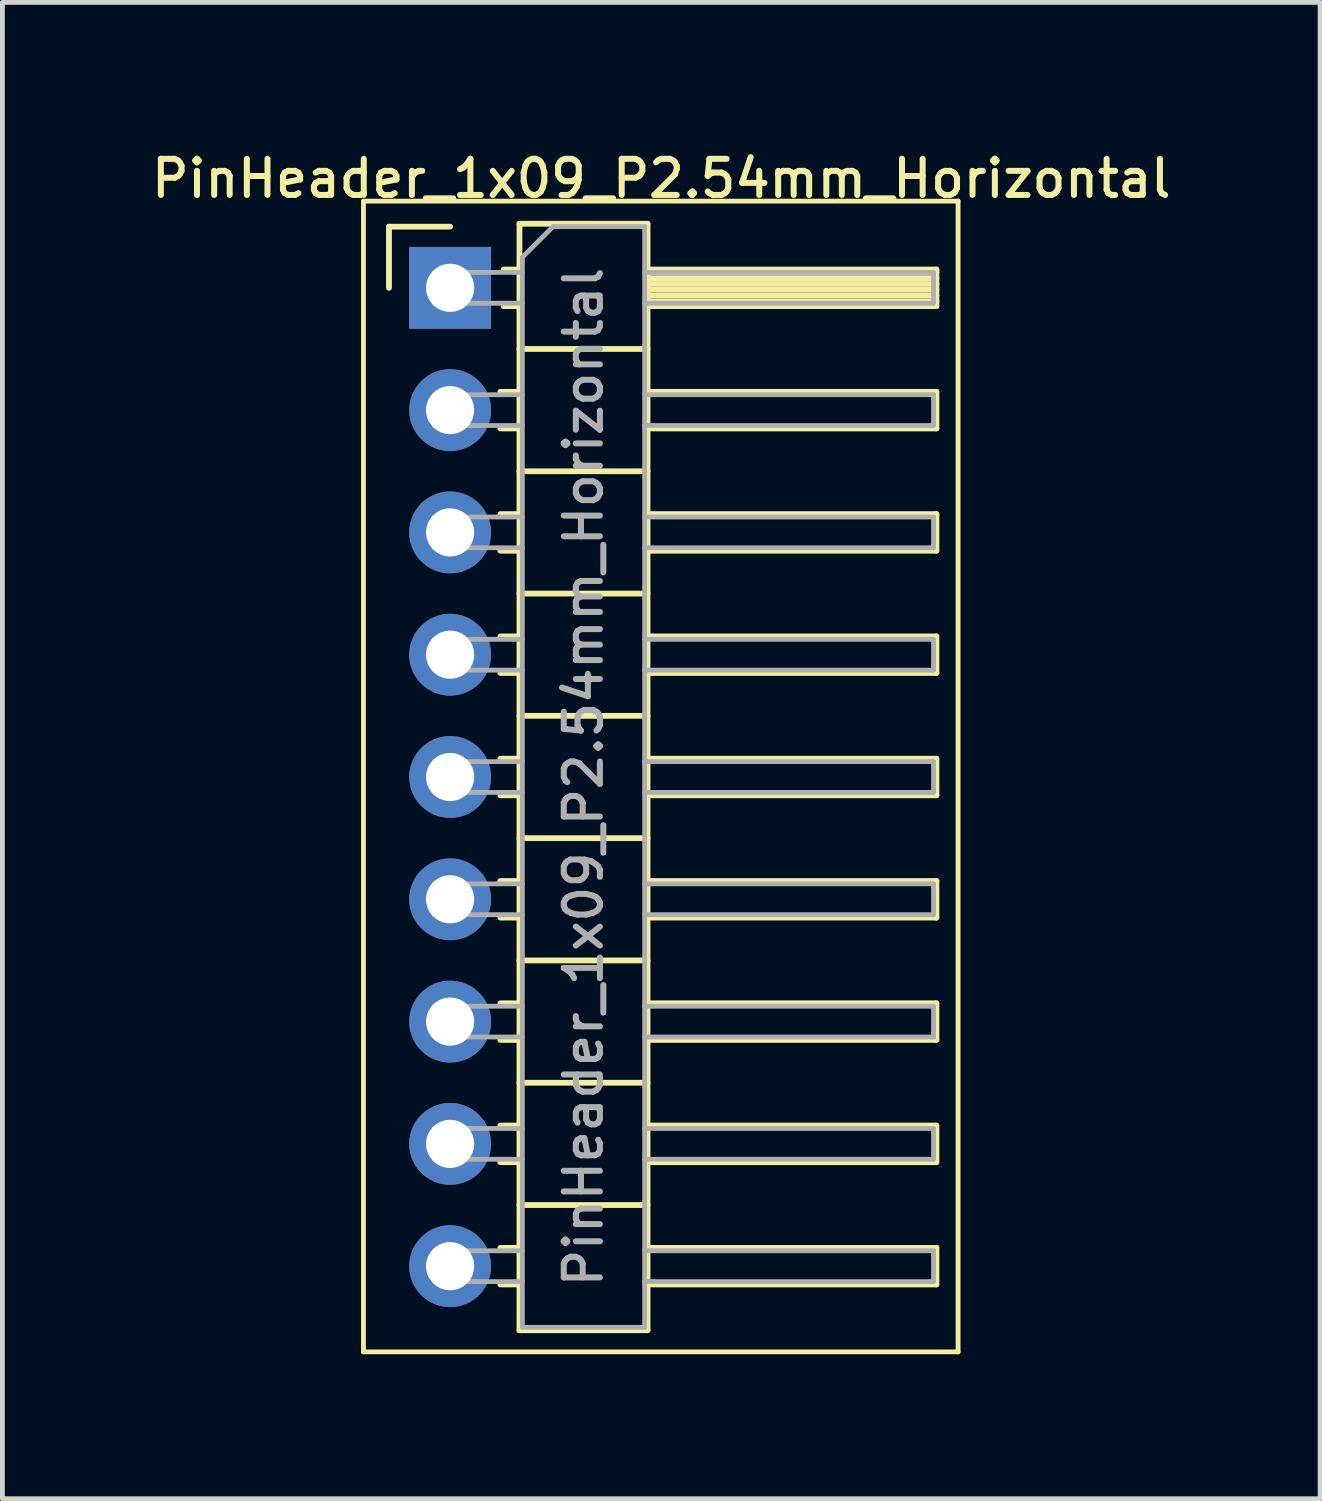
<source format=kicad_pcb>
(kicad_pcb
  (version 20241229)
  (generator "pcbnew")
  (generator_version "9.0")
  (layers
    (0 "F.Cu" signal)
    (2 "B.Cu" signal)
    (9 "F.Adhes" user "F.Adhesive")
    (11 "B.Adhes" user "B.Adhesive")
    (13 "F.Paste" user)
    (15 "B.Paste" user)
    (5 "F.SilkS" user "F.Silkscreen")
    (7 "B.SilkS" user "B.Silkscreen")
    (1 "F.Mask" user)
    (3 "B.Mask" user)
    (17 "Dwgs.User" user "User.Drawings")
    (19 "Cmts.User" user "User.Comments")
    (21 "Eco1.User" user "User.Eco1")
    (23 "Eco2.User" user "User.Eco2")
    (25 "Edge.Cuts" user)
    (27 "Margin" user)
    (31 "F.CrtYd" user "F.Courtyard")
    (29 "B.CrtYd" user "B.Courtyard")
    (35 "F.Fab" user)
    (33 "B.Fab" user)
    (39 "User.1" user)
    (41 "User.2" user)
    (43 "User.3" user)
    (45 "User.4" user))
  (footprint "PinHeader_1x09_P2.54mm_Horizontal"
    (layer "F.Cu")
    (at 6.299 2.928)
    (property "Reference" "PinHeader_1x09_P2.54mm_Horizontal" (at 4.385 -2.27 0) (layer "F.SilkS") (effects (font (size 0.75 0.75) (thickness 0.125))))
    (attr through_hole)
    (fp_line (start -1.8 -1.8) (end -1.8 22.1) (stroke (width 0.1) (type solid)) (layer "F.SilkS"))
    (fp_line (start -1.8 22.1) (end 10.55 22.1) (stroke (width 0.1) (type solid)) (layer "F.SilkS"))
    (fp_line (start -1.27 -1.27) (end 0 -1.27) (stroke (width 0.12) (type solid)) (layer "F.SilkS"))
    (fp_line (start -1.27 0) (end -1.27 -1.27) (stroke (width 0.12) (type solid)) (layer "F.SilkS"))
    (fp_line (start 1.043 2.16) (end 1.44 2.16) (stroke (width 0.12) (type solid)) (layer "F.SilkS"))
    (fp_line (start 1.043 2.92) (end 1.44 2.92) (stroke (width 0.12) (type solid)) (layer "F.SilkS"))
    (fp_line (start 1.043 4.7) (end 1.44 4.7) (stroke (width 0.12) (type solid)) (layer "F.SilkS"))
    (fp_line (start 1.043 5.46) (end 1.44 5.46) (stroke (width 0.12) (type solid)) (layer "F.SilkS"))
    (fp_line (start 1.043 7.24) (end 1.44 7.24) (stroke (width 0.12) (type solid)) (layer "F.SilkS"))
    (fp_line (start 1.043 8) (end 1.44 8) (stroke (width 0.12) (type solid)) (layer "F.SilkS"))
    (fp_line (start 1.043 9.78) (end 1.44 9.78) (stroke (width 0.12) (type solid)) (layer "F.SilkS"))
    (fp_line (start 1.043 10.54) (end 1.44 10.54) (stroke (width 0.12) (type solid)) (layer "F.SilkS"))
    (fp_line (start 1.043 12.32) (end 1.44 12.32) (stroke (width 0.12) (type solid)) (layer "F.SilkS"))
    (fp_line (start 1.043 13.08) (end 1.44 13.08) (stroke (width 0.12) (type solid)) (layer "F.SilkS"))
    (fp_line (start 1.043 14.86) (end 1.44 14.86) (stroke (width 0.12) (type solid)) (layer "F.SilkS"))
    (fp_line (start 1.043 15.62) (end 1.44 15.62) (stroke (width 0.12) (type solid)) (layer "F.SilkS"))
    (fp_line (start 1.043 17.4) (end 1.44 17.4) (stroke (width 0.12) (type solid)) (layer "F.SilkS"))
    (fp_line (start 1.043 18.16) (end 1.44 18.16) (stroke (width 0.12) (type solid)) (layer "F.SilkS"))
    (fp_line (start 1.043 19.94) (end 1.44 19.94) (stroke (width 0.12) (type solid)) (layer "F.SilkS"))
    (fp_line (start 1.043 20.7) (end 1.44 20.7) (stroke (width 0.12) (type solid)) (layer "F.SilkS"))
    (fp_line (start 1.11 -0.38) (end 1.44 -0.38) (stroke (width 0.12) (type solid)) (layer "F.SilkS"))
    (fp_line (start 1.11 0.38) (end 1.44 0.38) (stroke (width 0.12) (type solid)) (layer "F.SilkS"))
    (fp_line (start 1.44 -1.33) (end 1.44 21.65) (stroke (width 0.12) (type solid)) (layer "F.SilkS"))
    (fp_line (start 1.44 1.27) (end 4.1 1.27) (stroke (width 0.12) (type solid)) (layer "F.SilkS"))
    (fp_line (start 1.44 3.81) (end 4.1 3.81) (stroke (width 0.12) (type solid)) (layer "F.SilkS"))
    (fp_line (start 1.44 6.35) (end 4.1 6.35) (stroke (width 0.12) (type solid)) (layer "F.SilkS"))
    (fp_line (start 1.44 8.89) (end 4.1 8.89) (stroke (width 0.12) (type solid)) (layer "F.SilkS"))
    (fp_line (start 1.44 11.43) (end 4.1 11.43) (stroke (width 0.12) (type solid)) (layer "F.SilkS"))
    (fp_line (start 1.44 13.97) (end 4.1 13.97) (stroke (width 0.12) (type solid)) (layer "F.SilkS"))
    (fp_line (start 1.44 16.51) (end 4.1 16.51) (stroke (width 0.12) (type solid)) (layer "F.SilkS"))
    (fp_line (start 1.44 19.05) (end 4.1 19.05) (stroke (width 0.12) (type solid)) (layer "F.SilkS"))
    (fp_line (start 1.44 21.65) (end 4.1 21.65) (stroke (width 0.12) (type solid)) (layer "F.SilkS"))
    (fp_line (start 4.1 -1.33) (end 1.44 -1.33) (stroke (width 0.12) (type solid)) (layer "F.SilkS"))
    (fp_line (start 4.1 -0.38) (end 10.1 -0.38) (stroke (width 0.12) (type solid)) (layer "F.SilkS"))
    (fp_line (start 4.1 -0.32) (end 10.1 -0.32) (stroke (width 0.12) (type solid)) (layer "F.SilkS"))
    (fp_line (start 4.1 -0.2) (end 10.1 -0.2) (stroke (width 0.12) (type solid)) (layer "F.SilkS"))
    (fp_line (start 4.1 -0.08) (end 10.1 -0.08) (stroke (width 0.12) (type solid)) (layer "F.SilkS"))
    (fp_line (start 4.1 0.04) (end 10.1 0.04) (stroke (width 0.12) (type solid)) (layer "F.SilkS"))
    (fp_line (start 4.1 0.16) (end 10.1 0.16) (stroke (width 0.12) (type solid)) (layer "F.SilkS"))
    (fp_line (start 4.1 0.28) (end 10.1 0.28) (stroke (width 0.12) (type solid)) (layer "F.SilkS"))
    (fp_line (start 4.1 2.16) (end 10.1 2.16) (stroke (width 0.12) (type solid)) (layer "F.SilkS"))
    (fp_line (start 4.1 4.7) (end 10.1 4.7) (stroke (width 0.12) (type solid)) (layer "F.SilkS"))
    (fp_line (start 4.1 7.24) (end 10.1 7.24) (stroke (width 0.12) (type solid)) (layer "F.SilkS"))
    (fp_line (start 4.1 9.78) (end 10.1 9.78) (stroke (width 0.12) (type solid)) (layer "F.SilkS"))
    (fp_line (start 4.1 12.32) (end 10.1 12.32) (stroke (width 0.12) (type solid)) (layer "F.SilkS"))
    (fp_line (start 4.1 14.86) (end 10.1 14.86) (stroke (width 0.12) (type solid)) (layer "F.SilkS"))
    (fp_line (start 4.1 17.4) (end 10.1 17.4) (stroke (width 0.12) (type solid)) (layer "F.SilkS"))
    (fp_line (start 4.1 19.94) (end 10.1 19.94) (stroke (width 0.12) (type solid)) (layer "F.SilkS"))
    (fp_line (start 4.1 21.65) (end 4.1 -1.33) (stroke (width 0.12) (type solid)) (layer "F.SilkS"))
    (fp_line (start 10.1 -0.38) (end 10.1 0.38) (stroke (width 0.12) (type solid)) (layer "F.SilkS"))
    (fp_line (start 10.1 0.38) (end 4.1 0.38) (stroke (width 0.12) (type solid)) (layer "F.SilkS"))
    (fp_line (start 10.1 2.16) (end 10.1 2.92) (stroke (width 0.12) (type solid)) (layer "F.SilkS"))
    (fp_line (start 10.1 2.92) (end 4.1 2.92) (stroke (width 0.12) (type solid)) (layer "F.SilkS"))
    (fp_line (start 10.1 4.7) (end 10.1 5.46) (stroke (width 0.12) (type solid)) (layer "F.SilkS"))
    (fp_line (start 10.1 5.46) (end 4.1 5.46) (stroke (width 0.12) (type solid)) (layer "F.SilkS"))
    (fp_line (start 10.1 7.24) (end 10.1 8) (stroke (width 0.12) (type solid)) (layer "F.SilkS"))
    (fp_line (start 10.1 8) (end 4.1 8) (stroke (width 0.12) (type solid)) (layer "F.SilkS"))
    (fp_line (start 10.1 9.78) (end 10.1 10.54) (stroke (width 0.12) (type solid)) (layer "F.SilkS"))
    (fp_line (start 10.1 10.54) (end 4.1 10.54) (stroke (width 0.12) (type solid)) (layer "F.SilkS"))
    (fp_line (start 10.1 12.32) (end 10.1 13.08) (stroke (width 0.12) (type solid)) (layer "F.SilkS"))
    (fp_line (start 10.1 13.08) (end 4.1 13.08) (stroke (width 0.12) (type solid)) (layer "F.SilkS"))
    (fp_line (start 10.1 14.86) (end 10.1 15.62) (stroke (width 0.12) (type solid)) (layer "F.SilkS"))
    (fp_line (start 10.1 15.62) (end 4.1 15.62) (stroke (width 0.12) (type solid)) (layer "F.SilkS"))
    (fp_line (start 10.1 17.4) (end 10.1 18.16) (stroke (width 0.12) (type solid)) (layer "F.SilkS"))
    (fp_line (start 10.1 18.16) (end 4.1 18.16) (stroke (width 0.12) (type solid)) (layer "F.SilkS"))
    (fp_line (start 10.1 19.94) (end 10.1 20.7) (stroke (width 0.12) (type solid)) (layer "F.SilkS"))
    (fp_line (start 10.1 20.7) (end 4.1 20.7) (stroke (width 0.12) (type solid)) (layer "F.SilkS"))
    (fp_line (start 10.55 -1.8) (end -1.8 -1.8) (stroke (width 0.1) (type solid)) (layer "F.SilkS"))
    (fp_line (start 10.55 22.1) (end 10.55 -1.8) (stroke (width 0.1) (type solid)) (layer "F.SilkS"))
    (fp_line (start -0.32 -0.32) (end -0.32 0.32) (stroke (width 0.1) (type solid)) (layer "F.Fab"))
    (fp_line (start -0.32 -0.32) (end 1.5 -0.32) (stroke (width 0.1) (type solid)) (layer "F.Fab"))
    (fp_line (start -0.32 0.32) (end 1.5 0.32) (stroke (width 0.1) (type solid)) (layer "F.Fab"))
    (fp_line (start -0.32 2.22) (end -0.32 2.86) (stroke (width 0.1) (type solid)) (layer "F.Fab"))
    (fp_line (start -0.32 2.22) (end 1.5 2.22) (stroke (width 0.1) (type solid)) (layer "F.Fab"))
    (fp_line (start -0.32 2.86) (end 1.5 2.86) (stroke (width 0.1) (type solid)) (layer "F.Fab"))
    (fp_line (start -0.32 4.76) (end -0.32 5.4) (stroke (width 0.1) (type solid)) (layer "F.Fab"))
    (fp_line (start -0.32 4.76) (end 1.5 4.76) (stroke (width 0.1) (type solid)) (layer "F.Fab"))
    (fp_line (start -0.32 5.4) (end 1.5 5.4) (stroke (width 0.1) (type solid)) (layer "F.Fab"))
    (fp_line (start -0.32 7.3) (end -0.32 7.94) (stroke (width 0.1) (type solid)) (layer "F.Fab"))
    (fp_line (start -0.32 7.3) (end 1.5 7.3) (stroke (width 0.1) (type solid)) (layer "F.Fab"))
    (fp_line (start -0.32 7.94) (end 1.5 7.94) (stroke (width 0.1) (type solid)) (layer "F.Fab"))
    (fp_line (start -0.32 9.84) (end -0.32 10.48) (stroke (width 0.1) (type solid)) (layer "F.Fab"))
    (fp_line (start -0.32 9.84) (end 1.5 9.84) (stroke (width 0.1) (type solid)) (layer "F.Fab"))
    (fp_line (start -0.32 10.48) (end 1.5 10.48) (stroke (width 0.1) (type solid)) (layer "F.Fab"))
    (fp_line (start -0.32 12.38) (end -0.32 13.02) (stroke (width 0.1) (type solid)) (layer "F.Fab"))
    (fp_line (start -0.32 12.38) (end 1.5 12.38) (stroke (width 0.1) (type solid)) (layer "F.Fab"))
    (fp_line (start -0.32 13.02) (end 1.5 13.02) (stroke (width 0.1) (type solid)) (layer "F.Fab"))
    (fp_line (start -0.32 14.92) (end -0.32 15.56) (stroke (width 0.1) (type solid)) (layer "F.Fab"))
    (fp_line (start -0.32 14.92) (end 1.5 14.92) (stroke (width 0.1) (type solid)) (layer "F.Fab"))
    (fp_line (start -0.32 15.56) (end 1.5 15.56) (stroke (width 0.1) (type solid)) (layer "F.Fab"))
    (fp_line (start -0.32 17.46) (end -0.32 18.1) (stroke (width 0.1) (type solid)) (layer "F.Fab"))
    (fp_line (start -0.32 17.46) (end 1.5 17.46) (stroke (width 0.1) (type solid)) (layer "F.Fab"))
    (fp_line (start -0.32 18.1) (end 1.5 18.1) (stroke (width 0.1) (type solid)) (layer "F.Fab"))
    (fp_line (start -0.32 20) (end -0.32 20.64) (stroke (width 0.1) (type solid)) (layer "F.Fab"))
    (fp_line (start -0.32 20) (end 1.5 20) (stroke (width 0.1) (type solid)) (layer "F.Fab"))
    (fp_line (start -0.32 20.64) (end 1.5 20.64) (stroke (width 0.1) (type solid)) (layer "F.Fab"))
    (fp_line (start 1.5 -0.635) (end 2.135 -1.27) (stroke (width 0.1) (type solid)) (layer "F.Fab"))
    (fp_line (start 1.5 21.59) (end 1.5 -0.635) (stroke (width 0.1) (type solid)) (layer "F.Fab"))
    (fp_line (start 2.135 -1.27) (end 4.04 -1.27) (stroke (width 0.1) (type solid)) (layer "F.Fab"))
    (fp_line (start 4.04 -1.27) (end 4.04 21.59) (stroke (width 0.1) (type solid)) (layer "F.Fab"))
    (fp_line (start 4.04 -0.32) (end 10.04 -0.32) (stroke (width 0.1) (type solid)) (layer "F.Fab"))
    (fp_line (start 4.04 0.32) (end 10.04 0.32) (stroke (width 0.1) (type solid)) (layer "F.Fab"))
    (fp_line (start 4.04 2.22) (end 10.04 2.22) (stroke (width 0.1) (type solid)) (layer "F.Fab"))
    (fp_line (start 4.04 2.86) (end 10.04 2.86) (stroke (width 0.1) (type solid)) (layer "F.Fab"))
    (fp_line (start 4.04 4.76) (end 10.04 4.76) (stroke (width 0.1) (type solid)) (layer "F.Fab"))
    (fp_line (start 4.04 5.4) (end 10.04 5.4) (stroke (width 0.1) (type solid)) (layer "F.Fab"))
    (fp_line (start 4.04 7.3) (end 10.04 7.3) (stroke (width 0.1) (type solid)) (layer "F.Fab"))
    (fp_line (start 4.04 7.94) (end 10.04 7.94) (stroke (width 0.1) (type solid)) (layer "F.Fab"))
    (fp_line (start 4.04 9.84) (end 10.04 9.84) (stroke (width 0.1) (type solid)) (layer "F.Fab"))
    (fp_line (start 4.04 10.48) (end 10.04 10.48) (stroke (width 0.1) (type solid)) (layer "F.Fab"))
    (fp_line (start 4.04 12.38) (end 10.04 12.38) (stroke (width 0.1) (type solid)) (layer "F.Fab"))
    (fp_line (start 4.04 13.02) (end 10.04 13.02) (stroke (width 0.1) (type solid)) (layer "F.Fab"))
    (fp_line (start 4.04 14.92) (end 10.04 14.92) (stroke (width 0.1) (type solid)) (layer "F.Fab"))
    (fp_line (start 4.04 15.56) (end 10.04 15.56) (stroke (width 0.1) (type solid)) (layer "F.Fab"))
    (fp_line (start 4.04 17.46) (end 10.04 17.46) (stroke (width 0.1) (type solid)) (layer "F.Fab"))
    (fp_line (start 4.04 18.1) (end 10.04 18.1) (stroke (width 0.1) (type solid)) (layer "F.Fab"))
    (fp_line (start 4.04 20) (end 10.04 20) (stroke (width 0.1) (type solid)) (layer "F.Fab"))
    (fp_line (start 4.04 20.64) (end 10.04 20.64) (stroke (width 0.1) (type solid)) (layer "F.Fab"))
    (fp_line (start 4.04 21.59) (end 1.5 21.59) (stroke (width 0.1) (type solid)) (layer "F.Fab"))
    (fp_line (start 10.04 -0.32) (end 10.04 0.32) (stroke (width 0.1) (type solid)) (layer "F.Fab"))
    (fp_line (start 10.04 2.22) (end 10.04 2.86) (stroke (width 0.1) (type solid)) (layer "F.Fab"))
    (fp_line (start 10.04 4.76) (end 10.04 5.4) (stroke (width 0.1) (type solid)) (layer "F.Fab"))
    (fp_line (start 10.04 7.3) (end 10.04 7.94) (stroke (width 0.1) (type solid)) (layer "F.Fab"))
    (fp_line (start 10.04 9.84) (end 10.04 10.48) (stroke (width 0.1) (type solid)) (layer "F.Fab"))
    (fp_line (start 10.04 12.38) (end 10.04 13.02) (stroke (width 0.1) (type solid)) (layer "F.Fab"))
    (fp_line (start 10.04 14.92) (end 10.04 15.56) (stroke (width 0.1) (type solid)) (layer "F.Fab"))
    (fp_line (start 10.04 17.46) (end 10.04 18.1) (stroke (width 0.1) (type solid)) (layer "F.Fab"))
    (fp_line (start 10.04 20) (end 10.04 20.64) (stroke (width 0.1) (type solid)) (layer "F.Fab"))
    (fp_text user "${REFERENCE}" (at 2.77 10.16 90) (layer "F.Fab") (effects (font (size 0.75 0.75) (thickness 0.125))))
    (pad "1" thru_hole rect (at 0 0) (size 1.7 1.7) (drill 1) (layers "*.Cu" "*.Mask"))
    (pad "2" thru_hole oval (at 0 2.54) (size 1.7 1.7) (drill 1) (layers "*.Cu" "*.Mask"))
    (pad "3" thru_hole oval (at 0 5.08) (size 1.7 1.7) (drill 1) (layers "*.Cu" "*.Mask"))
    (pad "4" thru_hole oval (at 0 7.62) (size 1.7 1.7) (drill 1) (layers "*.Cu" "*.Mask"))
    (pad "5" thru_hole oval (at 0 10.16) (size 1.7 1.7) (drill 1) (layers "*.Cu" "*.Mask"))
    (pad "6" thru_hole oval (at 0 12.7) (size 1.7 1.7) (drill 1) (layers "*.Cu" "*.Mask"))
    (pad "7" thru_hole oval (at 0 15.24) (size 1.7 1.7) (drill 1) (layers "*.Cu" "*.Mask"))
    (pad "8" thru_hole oval (at 0 17.78) (size 1.7 1.7) (drill 1) (layers "*.Cu" "*.Mask"))
    (pad "9" thru_hole oval (at 0 20.32) (size 1.7 1.7) (drill 1) (layers "*.Cu" "*.Mask")))
  (gr_rect
    (start -3 -3)
    (end 24.368 28.078)
    (stroke (width 0.1) (type default))
    (fill no)
    (layer "Edge.Cuts")))
</source>
